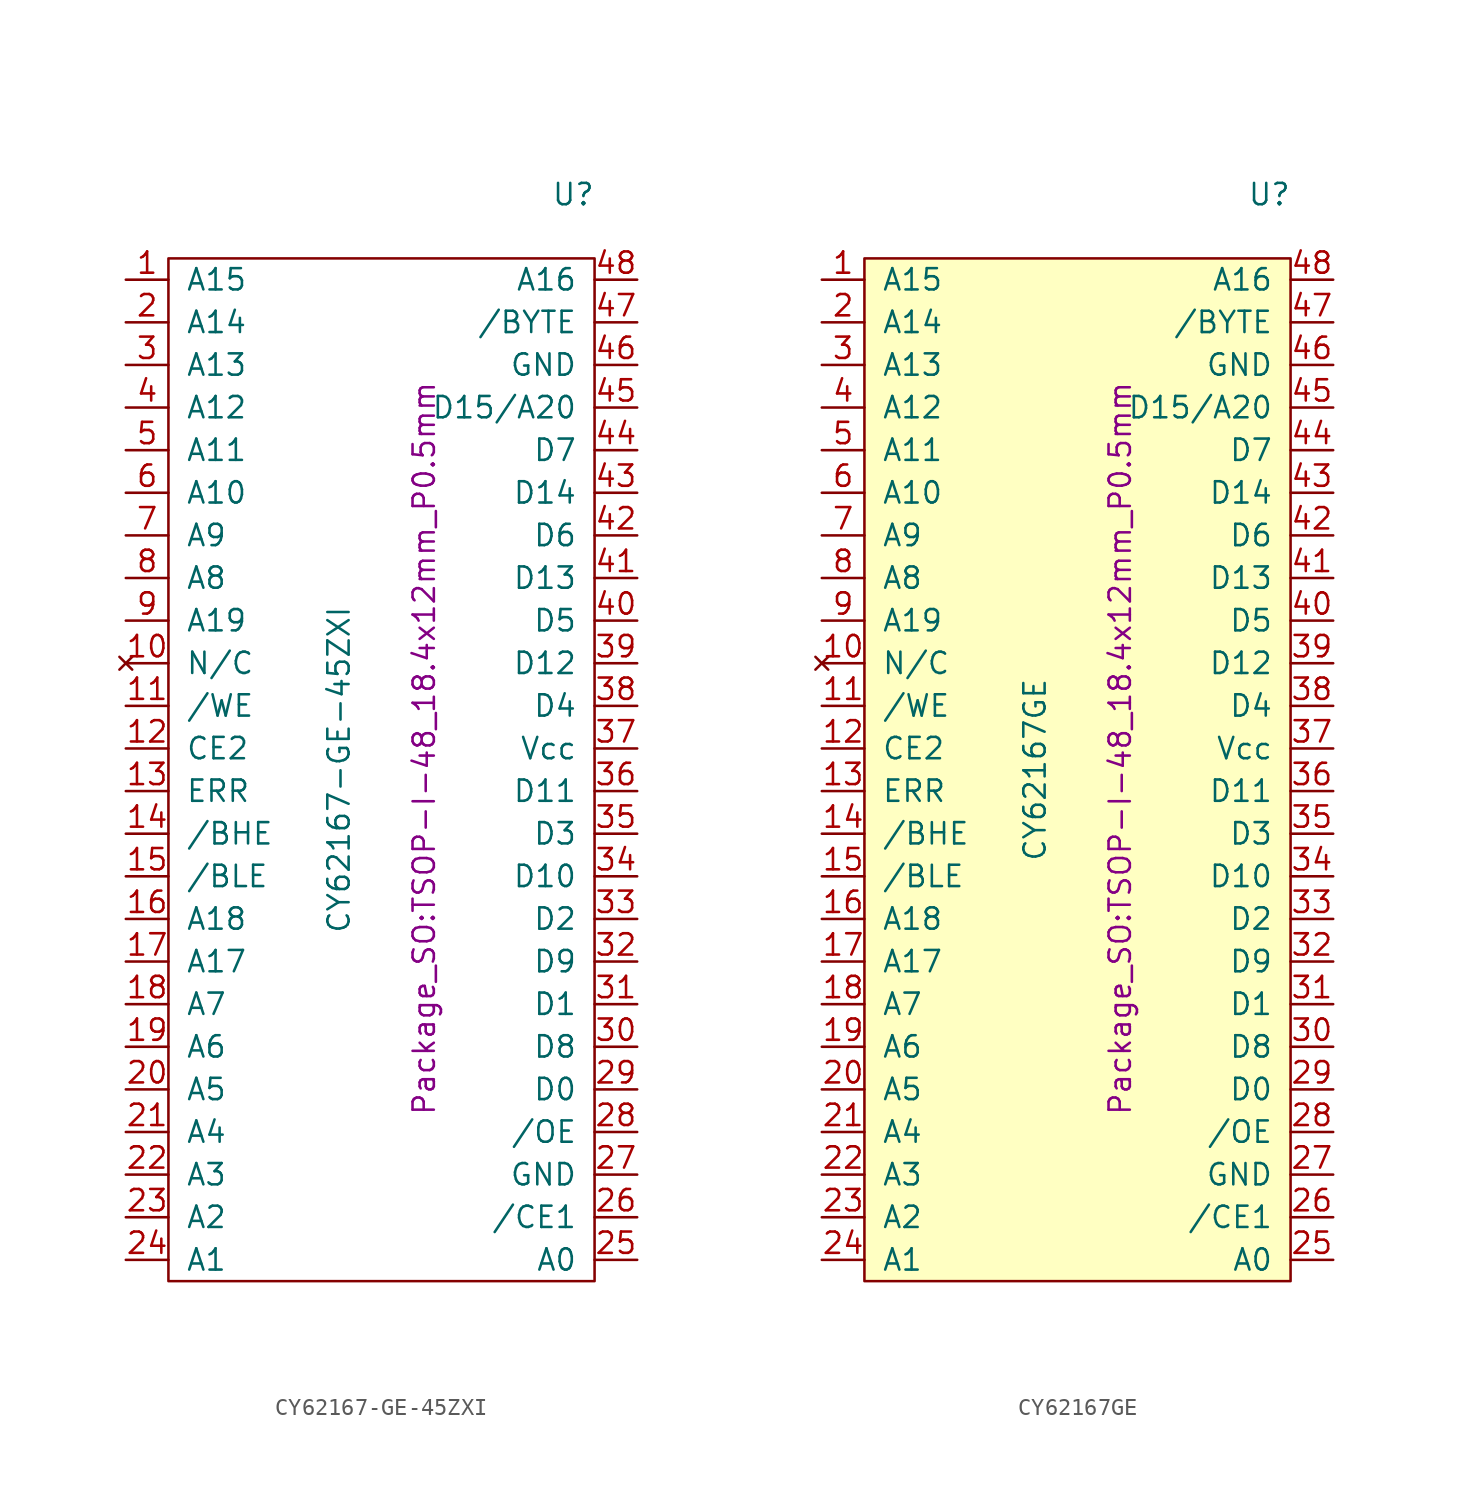
<source format=kicad_sym>
(kicad_symbol_lib
  (version 20220914)
  (generator kicad_symbol_editor)
  (symbol "CY62167-GE-45ZXI"
    (pin_names
      (offset 1.016))
    (property "Reference" "U"
      (at 11.43 20.32 0)
      (effects (font (size 1.27 1.27))))
    (property "Value" "CY62167-GE-45ZXI"
      (at -2.54 -13.97 90)
      (effects (font (size 1.27 1.27))))
    (property "Footprint" "Package_SO:TSOP-I-48_18.4x12mm_P0.5mm"
      (at 2.54 -12.7 90)
      (effects (font (size 1.27 1.27))))
    (symbol "CY62167-GE-45ZXI_0_0"
      (pin input line (at -15.24 15.24 0) (length 2.54) (name "A15" (effects (font (size 1.27 1.27)))) (number "1" (effects (font (size 1.27 1.27)))))
      (pin no_connect line (at -15.24 -7.62 0) (length 2.54) (name "N/C" (effects (font (size 1.27 1.27)))) (number "10" (effects (font (size 1.27 1.27)))))
      (pin input line (at -15.24 -10.16 0) (length 2.54) (name "/WE" (effects (font (size 1.27 1.27)))) (number "11" (effects (font (size 1.27 1.27)))))
      (pin input line (at -15.24 -12.7 0) (length 2.54) (name "CE2" (effects (font (size 1.27 1.27)))) (number "12" (effects (font (size 1.27 1.27)))))
      (pin output line (at -15.24 -15.24 0) (length 2.54) (name "ERR" (effects (font (size 1.27 1.27)))) (number "13" (effects (font (size 1.27 1.27)))))
      (pin input line (at -15.24 -17.78 0) (length 2.54) (name "/BHE" (effects (font (size 1.27 1.27)))) (number "14" (effects (font (size 1.27 1.27)))))
      (pin input line (at -15.24 -20.32 0) (length 2.54) (name "/BLE" (effects (font (size 1.27 1.27)))) (number "15" (effects (font (size 1.27 1.27)))))
      (pin input line (at -15.24 -22.86 0) (length 2.54) (name "A18" (effects (font (size 1.27 1.27)))) (number "16" (effects (font (size 1.27 1.27)))))
      (pin input line (at -15.24 -25.4 0) (length 2.54) (name "A17" (effects (font (size 1.27 1.27)))) (number "17" (effects (font (size 1.27 1.27)))))
      (pin input line (at -15.24 -27.94 0) (length 2.54) (name "A7" (effects (font (size 1.27 1.27)))) (number "18" (effects (font (size 1.27 1.27)))))
      (pin input line (at -15.24 -30.48 0) (length 2.54) (name "A6" (effects (font (size 1.27 1.27)))) (number "19" (effects (font (size 1.27 1.27)))))
      (pin input line (at -15.24 12.7 0) (length 2.54) (name "A14" (effects (font (size 1.27 1.27)))) (number "2" (effects (font (size 1.27 1.27)))))
      (pin input line (at -15.24 -33.02 0) (length 2.54) (name "A5" (effects (font (size 1.27 1.27)))) (number "20" (effects (font (size 1.27 1.27)))))
      (pin input line (at -15.24 -35.56 0) (length 2.54) (name "A4" (effects (font (size 1.27 1.27)))) (number "21" (effects (font (size 1.27 1.27)))))
      (pin input line (at -15.24 -38.1 0) (length 2.54) (name "A3" (effects (font (size 1.27 1.27)))) (number "22" (effects (font (size 1.27 1.27)))))
      (pin input line (at -15.24 -40.64 0) (length 2.54) (name "A2" (effects (font (size 1.27 1.27)))) (number "23" (effects (font (size 1.27 1.27)))))
      (pin input line (at -15.24 -43.18 0) (length 2.54) (name "A1" (effects (font (size 1.27 1.27)))) (number "24" (effects (font (size 1.27 1.27)))))
      (pin input line (at 15.24 -43.18 180) (length 2.54) (name "A0" (effects (font (size 1.27 1.27)))) (number "25" (effects (font (size 1.27 1.27)))))
      (pin input line (at 15.24 -40.64 180) (length 2.54) (name "/CE1" (effects (font (size 1.27 1.27)))) (number "26" (effects (font (size 1.27 1.27)))))
      (pin power_out line (at 15.24 -38.1 180) (length 2.54) (name "GND" (effects (font (size 1.27 1.27)))) (number "27" (effects (font (size 1.27 1.27)))))
      (pin input line (at 15.24 -35.56 180) (length 2.54) (name "/OE" (effects (font (size 1.27 1.27)))) (number "28" (effects (font (size 1.27 1.27)))))
      (pin bidirectional line (at 15.24 -33.02 180) (length 2.54) (name "D0" (effects (font (size 1.27 1.27)))) (number "29" (effects (font (size 1.27 1.27)))))
      (pin input line (at -15.24 10.16 0) (length 2.54) (name "A13" (effects (font (size 1.27 1.27)))) (number "3" (effects (font (size 1.27 1.27)))))
      (pin bidirectional line (at 15.24 -30.48 180) (length 2.54) (name "D8" (effects (font (size 1.27 1.27)))) (number "30" (effects (font (size 1.27 1.27)))))
      (pin bidirectional line (at 15.24 -27.94 180) (length 2.54) (name "D1" (effects (font (size 1.27 1.27)))) (number "31" (effects (font (size 1.27 1.27)))))
      (pin bidirectional line (at 15.24 -25.4 180) (length 2.54) (name "D9" (effects (font (size 1.27 1.27)))) (number "32" (effects (font (size 1.27 1.27)))))
      (pin bidirectional line (at 15.24 -22.86 180) (length 2.54) (name "D2" (effects (font (size 1.27 1.27)))) (number "33" (effects (font (size 1.27 1.27)))))
      (pin bidirectional line (at 15.24 -20.32 180) (length 2.54) (name "D10" (effects (font (size 1.27 1.27)))) (number "34" (effects (font (size 1.27 1.27)))))
      (pin bidirectional line (at 15.24 -17.78 180) (length 2.54) (name "D3" (effects (font (size 1.27 1.27)))) (number "35" (effects (font (size 1.27 1.27)))))
      (pin bidirectional line (at 15.24 -15.24 180) (length 2.54) (name "D11" (effects (font (size 1.27 1.27)))) (number "36" (effects (font (size 1.27 1.27)))))
      (pin power_in line (at 15.24 -12.7 180) (length 2.54) (name "Vcc" (effects (font (size 1.27 1.27)))) (number "37" (effects (font (size 1.27 1.27)))))
      (pin bidirectional line (at 15.24 -10.16 180) (length 2.54) (name "D4" (effects (font (size 1.27 1.27)))) (number "38" (effects (font (size 1.27 1.27)))))
      (pin bidirectional line (at 15.24 -7.62 180) (length 2.54) (name "D12" (effects (font (size 1.27 1.27)))) (number "39" (effects (font (size 1.27 1.27)))))
      (pin input line (at -15.24 7.62 0) (length 2.54) (name "A12" (effects (font (size 1.27 1.27)))) (number "4" (effects (font (size 1.27 1.27)))))
      (pin bidirectional line (at 15.24 -5.08 180) (length 2.54) (name "D5" (effects (font (size 1.27 1.27)))) (number "40" (effects (font (size 1.27 1.27)))))
      (pin bidirectional line (at 15.24 -2.54 180) (length 2.54) (name "D13" (effects (font (size 1.27 1.27)))) (number "41" (effects (font (size 1.27 1.27)))))
      (pin bidirectional line (at 15.24 0 180) (length 2.54) (name "D6" (effects (font (size 1.27 1.27)))) (number "42" (effects (font (size 1.27 1.27)))))
      (pin bidirectional line (at 15.24 2.54 180) (length 2.54) (name "D14" (effects (font (size 1.27 1.27)))) (number "43" (effects (font (size 1.27 1.27)))))
      (pin bidirectional line (at 15.24 5.08 180) (length 2.54) (name "D7" (effects (font (size 1.27 1.27)))) (number "44" (effects (font (size 1.27 1.27)))))
      (pin bidirectional line (at 15.24 7.62 180) (length 2.54) (name "D15/A20" (effects (font (size 1.27 1.27)))) (number "45" (effects (font (size 1.27 1.27)))))
      (pin power_out line (at 15.24 10.16 180) (length 2.54) (name "GND" (effects (font (size 1.27 1.27)))) (number "46" (effects (font (size 1.27 1.27)))))
      (pin input line (at 15.24 12.7 180) (length 2.54) (name "/BYTE" (effects (font (size 1.27 1.27)))) (number "47" (effects (font (size 1.27 1.27)))))
      (pin input line (at 15.24 15.24 180) (length 2.54) (name "A16" (effects (font (size 1.27 1.27)))) (number "48" (effects (font (size 1.27 1.27)))))
      (pin input line (at -15.24 5.08 0) (length 2.54) (name "A11" (effects (font (size 1.27 1.27)))) (number "5" (effects (font (size 1.27 1.27)))))
      (pin input line (at -15.24 2.54 0) (length 2.54) (name "A10" (effects (font (size 1.27 1.27)))) (number "6" (effects (font (size 1.27 1.27)))))
      (pin input line (at -15.24 0 0) (length 2.54) (name "A9" (effects (font (size 1.27 1.27)))) (number "7" (effects (font (size 1.27 1.27)))))
      (pin input line (at -15.24 -2.54 0) (length 2.54) (name "A8" (effects (font (size 1.27 1.27)))) (number "8" (effects (font (size 1.27 1.27)))))
      (pin input line (at -15.24 -5.08 0) (length 2.54) (name "A19" (effects (font (size 1.27 1.27)))) (number "9" (effects (font (size 1.27 1.27))))))
    (symbol "CY62167-GE-45ZXI_0_1"
      (rectangle (start -12.7 16.51) (end 12.7 -44.45) (stroke (width 0) (type solid)) (fill (type none)))))
  (symbol "CY62167GE"
    (pin_names
      (offset 1.016))
    (property "Reference" "U"
      (at 11.43 20.32 0)
      (effects (font (size 1.27 1.27))))
    (property "Value" "CY62167GE"
      (at -2.54 -13.97 90)
      (effects (font (size 1.27 1.27))))
    (property "Footprint" "Package_SO:TSOP-I-48_18.4x12mm_P0.5mm"
      (at 2.54 -12.7 90)
      (effects (font (size 1.27 1.27))))
    (symbol "CY62167GE_0_0"
      (pin input line (at -15.24 15.24 0) (length 2.54) (name "A15" (effects (font (size 1.27 1.27)))) (number "1" (effects (font (size 1.27 1.27)))))
      (pin no_connect line (at -15.24 -7.62 0) (length 2.54) (name "N/C" (effects (font (size 1.27 1.27)))) (number "10" (effects (font (size 1.27 1.27)))))
      (pin input line (at -15.24 -10.16 0) (length 2.54) (name "/WE" (effects (font (size 1.27 1.27)))) (number "11" (effects (font (size 1.27 1.27)))))
      (pin input line (at -15.24 -12.7 0) (length 2.54) (name "CE2" (effects (font (size 1.27 1.27)))) (number "12" (effects (font (size 1.27 1.27)))))
      (pin output line (at -15.24 -15.24 0) (length 2.54) (name "ERR" (effects (font (size 1.27 1.27)))) (number "13" (effects (font (size 1.27 1.27)))))
      (pin input line (at -15.24 -17.78 0) (length 2.54) (name "/BHE" (effects (font (size 1.27 1.27)))) (number "14" (effects (font (size 1.27 1.27)))))
      (pin input line (at -15.24 -20.32 0) (length 2.54) (name "/BLE" (effects (font (size 1.27 1.27)))) (number "15" (effects (font (size 1.27 1.27)))))
      (pin input line (at -15.24 -22.86 0) (length 2.54) (name "A18" (effects (font (size 1.27 1.27)))) (number "16" (effects (font (size 1.27 1.27)))))
      (pin input line (at -15.24 -25.4 0) (length 2.54) (name "A17" (effects (font (size 1.27 1.27)))) (number "17" (effects (font (size 1.27 1.27)))))
      (pin input line (at -15.24 -27.94 0) (length 2.54) (name "A7" (effects (font (size 1.27 1.27)))) (number "18" (effects (font (size 1.27 1.27)))))
      (pin input line (at -15.24 -30.48 0) (length 2.54) (name "A6" (effects (font (size 1.27 1.27)))) (number "19" (effects (font (size 1.27 1.27)))))
      (pin input line (at -15.24 12.7 0) (length 2.54) (name "A14" (effects (font (size 1.27 1.27)))) (number "2" (effects (font (size 1.27 1.27)))))
      (pin input line (at -15.24 -33.02 0) (length 2.54) (name "A5" (effects (font (size 1.27 1.27)))) (number "20" (effects (font (size 1.27 1.27)))))
      (pin input line (at -15.24 -35.56 0) (length 2.54) (name "A4" (effects (font (size 1.27 1.27)))) (number "21" (effects (font (size 1.27 1.27)))))
      (pin input line (at -15.24 -38.1 0) (length 2.54) (name "A3" (effects (font (size 1.27 1.27)))) (number "22" (effects (font (size 1.27 1.27)))))
      (pin input line (at -15.24 -40.64 0) (length 2.54) (name "A2" (effects (font (size 1.27 1.27)))) (number "23" (effects (font (size 1.27 1.27)))))
      (pin input line (at -15.24 -43.18 0) (length 2.54) (name "A1" (effects (font (size 1.27 1.27)))) (number "24" (effects (font (size 1.27 1.27)))))
      (pin input line (at 15.24 -43.18 180) (length 2.54) (name "A0" (effects (font (size 1.27 1.27)))) (number "25" (effects (font (size 1.27 1.27)))))
      (pin input line (at 15.24 -40.64 180) (length 2.54) (name "/CE1" (effects (font (size 1.27 1.27)))) (number "26" (effects (font (size 1.27 1.27)))))
      (pin passive line (at 15.24 -38.1 180) (length 2.54) (name "GND" (effects (font (size 1.27 1.27)))) (number "27" (effects (font (size 1.27 1.27)))))
      (pin input line (at 15.24 -35.56 180) (length 2.54) (name "/OE" (effects (font (size 1.27 1.27)))) (number "28" (effects (font (size 1.27 1.27)))))
      (pin bidirectional line (at 15.24 -33.02 180) (length 2.54) (name "D0" (effects (font (size 1.27 1.27)))) (number "29" (effects (font (size 1.27 1.27)))))
      (pin input line (at -15.24 10.16 0) (length 2.54) (name "A13" (effects (font (size 1.27 1.27)))) (number "3" (effects (font (size 1.27 1.27)))))
      (pin bidirectional line (at 15.24 -30.48 180) (length 2.54) (name "D8" (effects (font (size 1.27 1.27)))) (number "30" (effects (font (size 1.27 1.27)))))
      (pin bidirectional line (at 15.24 -27.94 180) (length 2.54) (name "D1" (effects (font (size 1.27 1.27)))) (number "31" (effects (font (size 1.27 1.27)))))
      (pin bidirectional line (at 15.24 -25.4 180) (length 2.54) (name "D9" (effects (font (size 1.27 1.27)))) (number "32" (effects (font (size 1.27 1.27)))))
      (pin bidirectional line (at 15.24 -22.86 180) (length 2.54) (name "D2" (effects (font (size 1.27 1.27)))) (number "33" (effects (font (size 1.27 1.27)))))
      (pin bidirectional line (at 15.24 -20.32 180) (length 2.54) (name "D10" (effects (font (size 1.27 1.27)))) (number "34" (effects (font (size 1.27 1.27)))))
      (pin bidirectional line (at 15.24 -17.78 180) (length 2.54) (name "D3" (effects (font (size 1.27 1.27)))) (number "35" (effects (font (size 1.27 1.27)))))
      (pin bidirectional line (at 15.24 -15.24 180) (length 2.54) (name "D11" (effects (font (size 1.27 1.27)))) (number "36" (effects (font (size 1.27 1.27)))))
      (pin power_in line (at 15.24 -12.7 180) (length 2.54) (name "Vcc" (effects (font (size 1.27 1.27)))) (number "37" (effects (font (size 1.27 1.27)))))
      (pin bidirectional line (at 15.24 -10.16 180) (length 2.54) (name "D4" (effects (font (size 1.27 1.27)))) (number "38" (effects (font (size 1.27 1.27)))))
      (pin bidirectional line (at 15.24 -7.62 180) (length 2.54) (name "D12" (effects (font (size 1.27 1.27)))) (number "39" (effects (font (size 1.27 1.27)))))
      (pin input line (at -15.24 7.62 0) (length 2.54) (name "A12" (effects (font (size 1.27 1.27)))) (number "4" (effects (font (size 1.27 1.27)))))
      (pin bidirectional line (at 15.24 -5.08 180) (length 2.54) (name "D5" (effects (font (size 1.27 1.27)))) (number "40" (effects (font (size 1.27 1.27)))))
      (pin bidirectional line (at 15.24 -2.54 180) (length 2.54) (name "D13" (effects (font (size 1.27 1.27)))) (number "41" (effects (font (size 1.27 1.27)))))
      (pin bidirectional line (at 15.24 0 180) (length 2.54) (name "D6" (effects (font (size 1.27 1.27)))) (number "42" (effects (font (size 1.27 1.27)))))
      (pin bidirectional line (at 15.24 2.54 180) (length 2.54) (name "D14" (effects (font (size 1.27 1.27)))) (number "43" (effects (font (size 1.27 1.27)))))
      (pin bidirectional line (at 15.24 5.08 180) (length 2.54) (name "D7" (effects (font (size 1.27 1.27)))) (number "44" (effects (font (size 1.27 1.27)))))
      (pin bidirectional line (at 15.24 7.62 180) (length 2.54) (name "D15/A20" (effects (font (size 1.27 1.27)))) (number "45" (effects (font (size 1.27 1.27)))))
      (pin passive line (at 15.24 10.16 180) (length 2.54) (name "GND" (effects (font (size 1.27 1.27)))) (number "46" (effects (font (size 1.27 1.27)))))
      (pin input line (at 15.24 12.7 180) (length 2.54) (name "/BYTE" (effects (font (size 1.27 1.27)))) (number "47" (effects (font (size 1.27 1.27)))))
      (pin input line (at 15.24 15.24 180) (length 2.54) (name "A16" (effects (font (size 1.27 1.27)))) (number "48" (effects (font (size 1.27 1.27)))))
      (pin input line (at -15.24 5.08 0) (length 2.54) (name "A11" (effects (font (size 1.27 1.27)))) (number "5" (effects (font (size 1.27 1.27)))))
      (pin input line (at -15.24 2.54 0) (length 2.54) (name "A10" (effects (font (size 1.27 1.27)))) (number "6" (effects (font (size 1.27 1.27)))))
      (pin input line (at -15.24 0 0) (length 2.54) (name "A9" (effects (font (size 1.27 1.27)))) (number "7" (effects (font (size 1.27 1.27)))))
      (pin input line (at -15.24 -2.54 0) (length 2.54) (name "A8" (effects (font (size 1.27 1.27)))) (number "8" (effects (font (size 1.27 1.27)))))
      (pin input line (at -15.24 -5.08 0) (length 2.54) (name "A19" (effects (font (size 1.27 1.27)))) (number "9" (effects (font (size 1.27 1.27))))))
    (symbol "CY62167GE_0_1"
      (rectangle (start -12.7 16.51) (end 12.7 -44.45) (stroke (width 0) (type solid)) (fill (type background))))))
</source>
